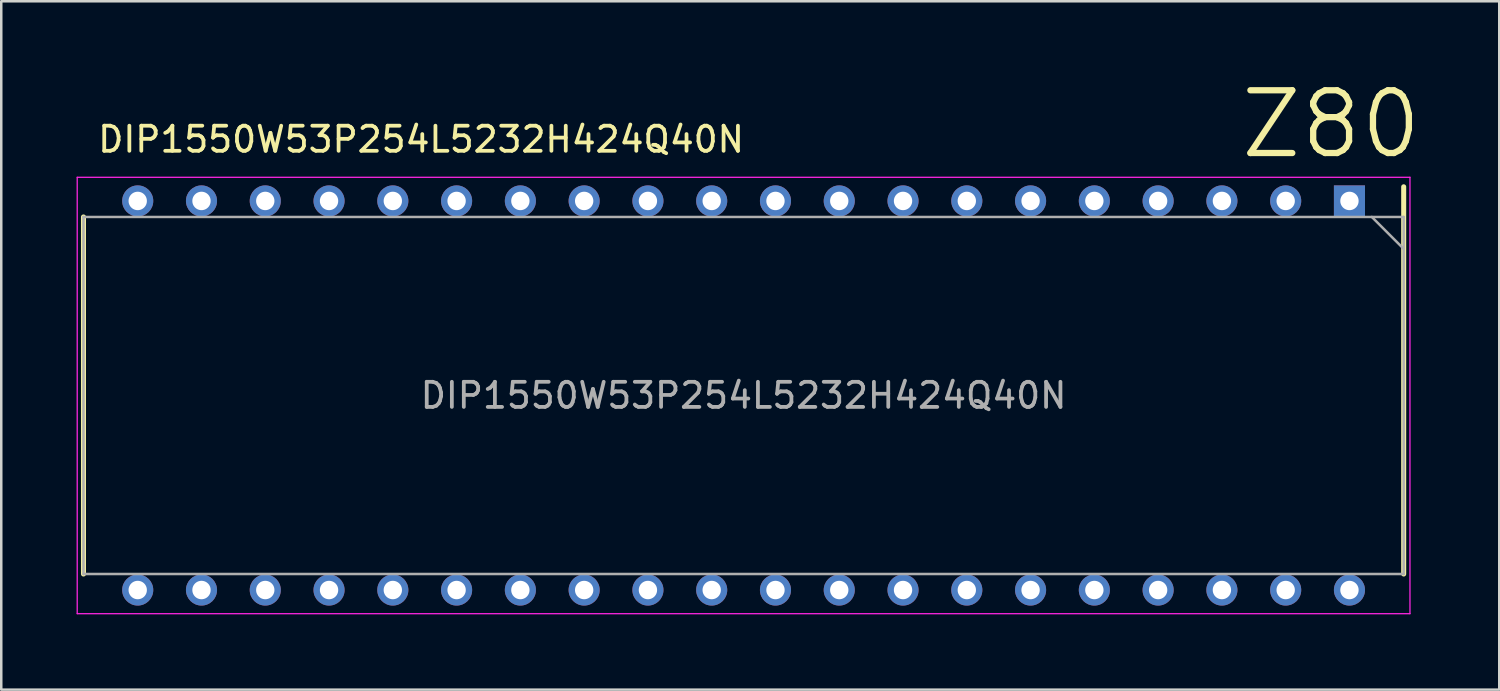
<source format=kicad_pcb>
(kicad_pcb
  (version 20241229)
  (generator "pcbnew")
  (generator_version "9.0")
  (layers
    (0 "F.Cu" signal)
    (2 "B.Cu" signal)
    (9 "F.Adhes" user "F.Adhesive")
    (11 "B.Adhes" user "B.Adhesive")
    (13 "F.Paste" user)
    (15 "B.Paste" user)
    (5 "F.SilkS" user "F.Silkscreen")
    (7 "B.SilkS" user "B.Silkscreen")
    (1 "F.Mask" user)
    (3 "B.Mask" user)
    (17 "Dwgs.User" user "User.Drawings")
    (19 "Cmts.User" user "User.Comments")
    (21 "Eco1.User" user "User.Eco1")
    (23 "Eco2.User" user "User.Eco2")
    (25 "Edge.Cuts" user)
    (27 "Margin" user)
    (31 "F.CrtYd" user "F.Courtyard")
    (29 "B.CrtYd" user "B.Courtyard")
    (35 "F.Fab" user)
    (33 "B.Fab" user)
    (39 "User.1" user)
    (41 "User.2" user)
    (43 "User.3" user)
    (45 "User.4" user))
  (footprint "DIP1550W53P254L5232H424Q40N"
    (layer "F.Cu")
    (at 26.565 12.701)
    (property "Reference" "DIP1550W53P254L5232H424Q40N" (at -25.8 -10.2 0) (layer "F.SilkS") (effects (font (size 1 1) (thickness 0.15)) (justify left)))
    (attr through_hole)
    (fp_line (start -26.29 -7.11) (end -26.29 7.11) (stroke (width 0.2) (type solid)) (layer "F.SilkS"))
    (fp_line (start 26.29 -8.312) (end 26.29 7.11) (stroke (width 0.2) (type solid)) (layer "F.SilkS"))
    (fp_line (start -26.54 -8.69) (end 26.54 -8.69) (stroke (width 0.05) (type solid)) (layer "F.CrtYd"))
    (fp_line (start -26.54 8.69) (end -26.54 -8.69) (stroke (width 0.05) (type solid)) (layer "F.CrtYd"))
    (fp_line (start 26.54 -8.69) (end 26.54 8.69) (stroke (width 0.05) (type solid)) (layer "F.CrtYd"))
    (fp_line (start 26.54 8.69) (end -26.54 8.69) (stroke (width 0.05) (type solid)) (layer "F.CrtYd"))
    (fp_line (start -26.29 -7.11) (end 26.29 -7.11) (stroke (width 0.1) (type solid)) (layer "F.Fab"))
    (fp_line (start -26.29 7.11) (end -26.29 -7.11) (stroke (width 0.1) (type solid)) (layer "F.Fab"))
    (fp_line (start 25.02 -7.11) (end 26.29 -5.84) (stroke (width 0.1) (type solid)) (layer "F.Fab"))
    (fp_line (start 26.29 -7.11) (end 26.29 7.11) (stroke (width 0.1) (type solid)) (layer "F.Fab"))
    (fp_line (start 26.29 7.11) (end -26.29 7.11) (stroke (width 0.1) (type solid)) (layer "F.Fab"))
    (fp_text user "Z80" (at 23.4 -10.8 0) (layer "F.SilkS") (effects (font (size 2.5 2.5) (thickness 0.25))))
    (fp_text user "${REFERENCE}" (at 0 0 0) (layer "F.Fab") (effects (font (size 1 1) (thickness 0.15))))
    (pad "1" thru_hole rect (at 24.13 -7.748 270) (size 1.238 1.238) (drill oval 0.735 0.73) (layers "*.Cu" "*.Mask"))
    (pad "2" thru_hole circle (at 21.59 -7.748 270) (size 1.238 1.238) (drill oval 0.735 0.73) (layers "*.Cu" "*.Mask"))
    (pad "3" thru_hole circle (at 19.05 -7.748 270) (size 1.238 1.238) (drill oval 0.735 0.73) (layers "*.Cu" "*.Mask"))
    (pad "4" thru_hole circle (at 16.51 -7.748 270) (size 1.238 1.238) (drill oval 0.735 0.73) (layers "*.Cu" "*.Mask"))
    (pad "5" thru_hole circle (at 13.97 -7.748 270) (size 1.238 1.238) (drill oval 0.735 0.73) (layers "*.Cu" "*.Mask"))
    (pad "6" thru_hole circle (at 11.43 -7.748 270) (size 1.238 1.238) (drill oval 0.735 0.73) (layers "*.Cu" "*.Mask"))
    (pad "7" thru_hole circle (at 8.89 -7.748 270) (size 1.238 1.238) (drill oval 0.735 0.73) (layers "*.Cu" "*.Mask"))
    (pad "8" thru_hole circle (at 6.35 -7.748 270) (size 1.238 1.238) (drill oval 0.735 0.73) (layers "*.Cu" "*.Mask"))
    (pad "9" thru_hole circle (at 3.81 -7.748 270) (size 1.238 1.238) (drill oval 0.735 0.73) (layers "*.Cu" "*.Mask"))
    (pad "10" thru_hole circle (at 1.27 -7.748 270) (size 1.238 1.238) (drill oval 0.735 0.73) (layers "*.Cu" "*.Mask"))
    (pad "11" thru_hole circle (at -1.27 -7.748 270) (size 1.238 1.238) (drill oval 0.735 0.73) (layers "*.Cu" "*.Mask"))
    (pad "12" thru_hole circle (at -3.81 -7.748 270) (size 1.238 1.238) (drill oval 0.735 0.73) (layers "*.Cu" "*.Mask"))
    (pad "13" thru_hole circle (at -6.35 -7.748 270) (size 1.238 1.238) (drill oval 0.735 0.73) (layers "*.Cu" "*.Mask"))
    (pad "14" thru_hole circle (at -8.89 -7.748 270) (size 1.238 1.238) (drill oval 0.735 0.73) (layers "*.Cu" "*.Mask"))
    (pad "15" thru_hole circle (at -11.43 -7.748 270) (size 1.238 1.238) (drill oval 0.735 0.73) (layers "*.Cu" "*.Mask"))
    (pad "16" thru_hole circle (at -13.97 -7.748 270) (size 1.238 1.238) (drill oval 0.735 0.73) (layers "*.Cu" "*.Mask"))
    (pad "17" thru_hole circle (at -16.51 -7.748 270) (size 1.238 1.238) (drill oval 0.735 0.73) (layers "*.Cu" "*.Mask"))
    (pad "18" thru_hole circle (at -19.05 -7.748 270) (size 1.238 1.238) (drill oval 0.735 0.73) (layers "*.Cu" "*.Mask"))
    (pad "19" thru_hole circle (at -21.59 -7.748 270) (size 1.238 1.238) (drill oval 0.735 0.73) (layers "*.Cu" "*.Mask"))
    (pad "20" thru_hole circle (at -24.13 -7.748 270) (size 1.238 1.238) (drill oval 0.735 0.73) (layers "*.Cu" "*.Mask"))
    (pad "21" thru_hole circle (at -24.13 7.748 270) (size 1.238 1.238) (drill oval 0.735 0.73) (layers "*.Cu" "*.Mask"))
    (pad "22" thru_hole circle (at -21.59 7.748 270) (size 1.238 1.238) (drill oval 0.735 0.73) (layers "*.Cu" "*.Mask"))
    (pad "23" thru_hole circle (at -19.05 7.748 270) (size 1.238 1.238) (drill oval 0.735 0.73) (layers "*.Cu" "*.Mask"))
    (pad "24" thru_hole circle (at -16.51 7.748 270) (size 1.238 1.238) (drill oval 0.735 0.73) (layers "*.Cu" "*.Mask"))
    (pad "25" thru_hole circle (at -13.97 7.748 270) (size 1.238 1.238) (drill oval 0.735 0.73) (layers "*.Cu" "*.Mask"))
    (pad "26" thru_hole circle (at -11.43 7.748 270) (size 1.238 1.238) (drill oval 0.735 0.73) (layers "*.Cu" "*.Mask"))
    (pad "27" thru_hole circle (at -8.89 7.748 270) (size 1.238 1.238) (drill oval 0.735 0.73) (layers "*.Cu" "*.Mask"))
    (pad "28" thru_hole circle (at -6.35 7.748 270) (size 1.238 1.238) (drill oval 0.735 0.73) (layers "*.Cu" "*.Mask"))
    (pad "29" thru_hole circle (at -3.81 7.748 270) (size 1.238 1.238) (drill oval 0.735 0.73) (layers "*.Cu" "*.Mask"))
    (pad "30" thru_hole circle (at -1.27 7.748 270) (size 1.238 1.238) (drill oval 0.735 0.73) (layers "*.Cu" "*.Mask"))
    (pad "31" thru_hole circle (at 1.27 7.748 270) (size 1.238 1.238) (drill oval 0.735 0.73) (layers "*.Cu" "*.Mask"))
    (pad "32" thru_hole circle (at 3.81 7.748 270) (size 1.238 1.238) (drill oval 0.735 0.73) (layers "*.Cu" "*.Mask"))
    (pad "33" thru_hole circle (at 6.35 7.748 270) (size 1.238 1.238) (drill oval 0.735 0.73) (layers "*.Cu" "*.Mask"))
    (pad "34" thru_hole circle (at 8.89 7.748 270) (size 1.238 1.238) (drill oval 0.735 0.73) (layers "*.Cu" "*.Mask"))
    (pad "35" thru_hole circle (at 11.43 7.748 270) (size 1.238 1.238) (drill oval 0.735 0.73) (layers "*.Cu" "*.Mask"))
    (pad "36" thru_hole circle (at 13.97 7.748 270) (size 1.238 1.238) (drill oval 0.735 0.73) (layers "*.Cu" "*.Mask"))
    (pad "37" thru_hole circle (at 16.51 7.748 270) (size 1.238 1.238) (drill oval 0.735 0.73) (layers "*.Cu" "*.Mask"))
    (pad "38" thru_hole circle (at 19.05 7.748 270) (size 1.238 1.238) (drill oval 0.735 0.73) (layers "*.Cu" "*.Mask"))
    (pad "39" thru_hole circle (at 21.59 7.748 270) (size 1.238 1.238) (drill oval 0.735 0.73) (layers "*.Cu" "*.Mask"))
    (pad "40" thru_hole circle (at 24.13 7.748 270) (size 1.238 1.238) (drill oval 0.735 0.73) (layers "*.Cu" "*.Mask")))
  (gr_rect
    (start -3 -3)
    (end 56.661 24.416)
    (stroke (width 0.1) (type default))
    (fill no)
    (layer "Edge.Cuts")))
</source>
